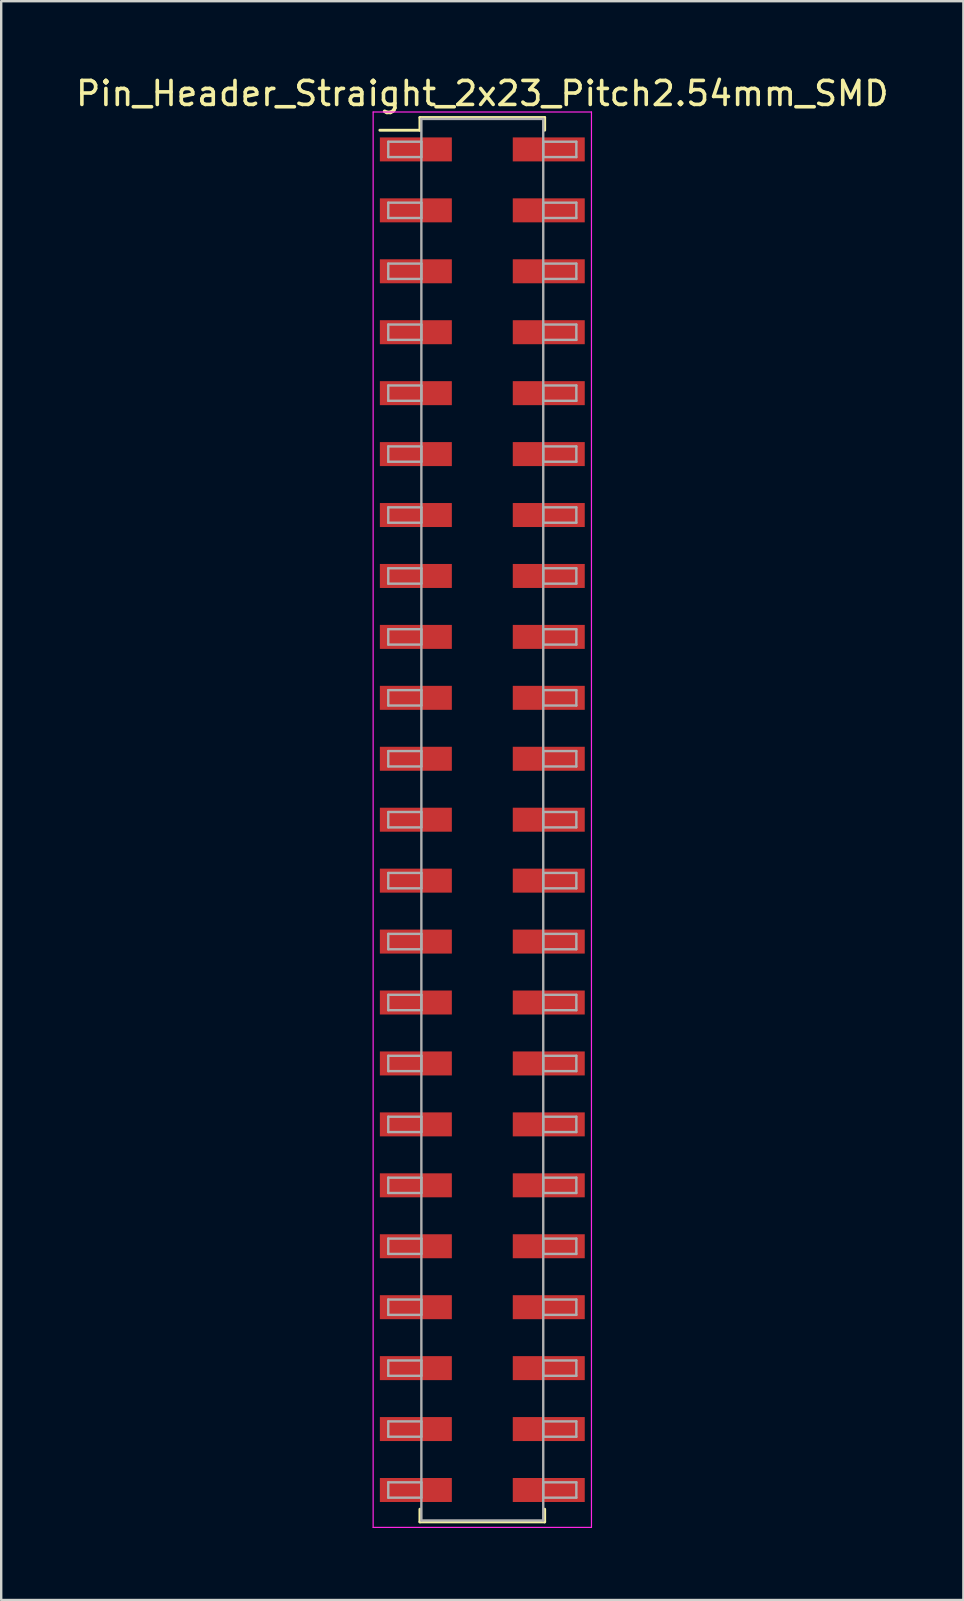
<source format=kicad_pcb>
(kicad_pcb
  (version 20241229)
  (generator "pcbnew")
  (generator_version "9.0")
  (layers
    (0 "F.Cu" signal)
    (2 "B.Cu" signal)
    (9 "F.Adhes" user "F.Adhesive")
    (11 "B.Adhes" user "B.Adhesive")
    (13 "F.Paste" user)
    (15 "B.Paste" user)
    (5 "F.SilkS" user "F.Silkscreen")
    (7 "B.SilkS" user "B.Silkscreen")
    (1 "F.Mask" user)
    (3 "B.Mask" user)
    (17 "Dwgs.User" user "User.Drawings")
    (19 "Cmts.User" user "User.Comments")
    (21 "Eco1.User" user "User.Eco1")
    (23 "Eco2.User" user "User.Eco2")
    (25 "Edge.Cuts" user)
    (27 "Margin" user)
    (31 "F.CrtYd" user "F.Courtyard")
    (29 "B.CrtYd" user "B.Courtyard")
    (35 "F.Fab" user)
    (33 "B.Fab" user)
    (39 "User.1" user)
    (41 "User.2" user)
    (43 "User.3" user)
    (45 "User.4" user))
  (footprint "Pin_Header_Straight_2x23_Pitch2.54mm_SMD"
    (layer "F.Cu")
    (at 17.054 31.118)
    (property "Reference" "Pin_Header_Straight_2x23_Pitch2.54mm_SMD" (at 0 -30.27 0) (layer "F.SilkS") (effects (font (size 1 1) (thickness 0.15))))
    (attr smd)
    (fp_line (start -4.27 -28.74) (end -2.6 -28.74) (stroke (width 0.12) (type solid)) (layer "F.SilkS"))
    (fp_line (start -2.6 -29.27) (end 2.6 -29.27) (stroke (width 0.12) (type solid)) (layer "F.SilkS"))
    (fp_line (start -2.6 -28.74) (end -2.6 -29.27) (stroke (width 0.12) (type solid)) (layer "F.SilkS"))
    (fp_line (start -2.6 28.74) (end -2.6 29.27) (stroke (width 0.12) (type solid)) (layer "F.SilkS"))
    (fp_line (start -2.6 29.27) (end 2.6 29.27) (stroke (width 0.12) (type solid)) (layer "F.SilkS"))
    (fp_line (start 2.6 -29.27) (end 2.6 -28.74) (stroke (width 0.12) (type solid)) (layer "F.SilkS"))
    (fp_line (start 2.6 29.27) (end 2.6 28.74) (stroke (width 0.12) (type solid)) (layer "F.SilkS"))
    (fp_line (start -4.55 -29.5) (end -4.55 29.5) (stroke (width 0.05) (type solid)) (layer "F.CrtYd"))
    (fp_line (start -4.55 29.5) (end 4.55 29.5) (stroke (width 0.05) (type solid)) (layer "F.CrtYd"))
    (fp_line (start 4.55 -29.5) (end -4.55 -29.5) (stroke (width 0.05) (type solid)) (layer "F.CrtYd"))
    (fp_line (start 4.55 29.5) (end 4.55 -29.5) (stroke (width 0.05) (type solid)) (layer "F.CrtYd"))
    (fp_line (start -3.92 -28.26) (end -2.54 -28.26) (stroke (width 0.1) (type solid)) (layer "F.Fab"))
    (fp_line (start -3.92 -27.62) (end -3.92 -28.26) (stroke (width 0.1) (type solid)) (layer "F.Fab"))
    (fp_line (start -3.92 -25.72) (end -2.54 -25.72) (stroke (width 0.1) (type solid)) (layer "F.Fab"))
    (fp_line (start -3.92 -25.08) (end -3.92 -25.72) (stroke (width 0.1) (type solid)) (layer "F.Fab"))
    (fp_line (start -3.92 -23.18) (end -2.54 -23.18) (stroke (width 0.1) (type solid)) (layer "F.Fab"))
    (fp_line (start -3.92 -22.54) (end -3.92 -23.18) (stroke (width 0.1) (type solid)) (layer "F.Fab"))
    (fp_line (start -3.92 -20.64) (end -2.54 -20.64) (stroke (width 0.1) (type solid)) (layer "F.Fab"))
    (fp_line (start -3.92 -20) (end -3.92 -20.64) (stroke (width 0.1) (type solid)) (layer "F.Fab"))
    (fp_line (start -3.92 -18.1) (end -2.54 -18.1) (stroke (width 0.1) (type solid)) (layer "F.Fab"))
    (fp_line (start -3.92 -17.46) (end -3.92 -18.1) (stroke (width 0.1) (type solid)) (layer "F.Fab"))
    (fp_line (start -3.92 -15.56) (end -2.54 -15.56) (stroke (width 0.1) (type solid)) (layer "F.Fab"))
    (fp_line (start -3.92 -14.92) (end -3.92 -15.56) (stroke (width 0.1) (type solid)) (layer "F.Fab"))
    (fp_line (start -3.92 -13.02) (end -2.54 -13.02) (stroke (width 0.1) (type solid)) (layer "F.Fab"))
    (fp_line (start -3.92 -12.38) (end -3.92 -13.02) (stroke (width 0.1) (type solid)) (layer "F.Fab"))
    (fp_line (start -3.92 -10.48) (end -2.54 -10.48) (stroke (width 0.1) (type solid)) (layer "F.Fab"))
    (fp_line (start -3.92 -9.84) (end -3.92 -10.48) (stroke (width 0.1) (type solid)) (layer "F.Fab"))
    (fp_line (start -3.92 -7.94) (end -2.54 -7.94) (stroke (width 0.1) (type solid)) (layer "F.Fab"))
    (fp_line (start -3.92 -7.3) (end -3.92 -7.94) (stroke (width 0.1) (type solid)) (layer "F.Fab"))
    (fp_line (start -3.92 -5.4) (end -2.54 -5.4) (stroke (width 0.1) (type solid)) (layer "F.Fab"))
    (fp_line (start -3.92 -4.76) (end -3.92 -5.4) (stroke (width 0.1) (type solid)) (layer "F.Fab"))
    (fp_line (start -3.92 -2.86) (end -2.54 -2.86) (stroke (width 0.1) (type solid)) (layer "F.Fab"))
    (fp_line (start -3.92 -2.22) (end -3.92 -2.86) (stroke (width 0.1) (type solid)) (layer "F.Fab"))
    (fp_line (start -3.92 -0.32) (end -2.54 -0.32) (stroke (width 0.1) (type solid)) (layer "F.Fab"))
    (fp_line (start -3.92 0.32) (end -3.92 -0.32) (stroke (width 0.1) (type solid)) (layer "F.Fab"))
    (fp_line (start -3.92 2.22) (end -2.54 2.22) (stroke (width 0.1) (type solid)) (layer "F.Fab"))
    (fp_line (start -3.92 2.86) (end -3.92 2.22) (stroke (width 0.1) (type solid)) (layer "F.Fab"))
    (fp_line (start -3.92 4.76) (end -2.54 4.76) (stroke (width 0.1) (type solid)) (layer "F.Fab"))
    (fp_line (start -3.92 5.4) (end -3.92 4.76) (stroke (width 0.1) (type solid)) (layer "F.Fab"))
    (fp_line (start -3.92 7.3) (end -2.54 7.3) (stroke (width 0.1) (type solid)) (layer "F.Fab"))
    (fp_line (start -3.92 7.94) (end -3.92 7.3) (stroke (width 0.1) (type solid)) (layer "F.Fab"))
    (fp_line (start -3.92 9.84) (end -2.54 9.84) (stroke (width 0.1) (type solid)) (layer "F.Fab"))
    (fp_line (start -3.92 10.48) (end -3.92 9.84) (stroke (width 0.1) (type solid)) (layer "F.Fab"))
    (fp_line (start -3.92 12.38) (end -2.54 12.38) (stroke (width 0.1) (type solid)) (layer "F.Fab"))
    (fp_line (start -3.92 13.02) (end -3.92 12.38) (stroke (width 0.1) (type solid)) (layer "F.Fab"))
    (fp_line (start -3.92 14.92) (end -2.54 14.92) (stroke (width 0.1) (type solid)) (layer "F.Fab"))
    (fp_line (start -3.92 15.56) (end -3.92 14.92) (stroke (width 0.1) (type solid)) (layer "F.Fab"))
    (fp_line (start -3.92 17.46) (end -2.54 17.46) (stroke (width 0.1) (type solid)) (layer "F.Fab"))
    (fp_line (start -3.92 18.1) (end -3.92 17.46) (stroke (width 0.1) (type solid)) (layer "F.Fab"))
    (fp_line (start -3.92 20) (end -2.54 20) (stroke (width 0.1) (type solid)) (layer "F.Fab"))
    (fp_line (start -3.92 20.64) (end -3.92 20) (stroke (width 0.1) (type solid)) (layer "F.Fab"))
    (fp_line (start -3.92 22.54) (end -2.54 22.54) (stroke (width 0.1) (type solid)) (layer "F.Fab"))
    (fp_line (start -3.92 23.18) (end -3.92 22.54) (stroke (width 0.1) (type solid)) (layer "F.Fab"))
    (fp_line (start -3.92 25.08) (end -2.54 25.08) (stroke (width 0.1) (type solid)) (layer "F.Fab"))
    (fp_line (start -3.92 25.72) (end -3.92 25.08) (stroke (width 0.1) (type solid)) (layer "F.Fab"))
    (fp_line (start -3.92 27.62) (end -2.54 27.62) (stroke (width 0.1) (type solid)) (layer "F.Fab"))
    (fp_line (start -3.92 28.26) (end -3.92 27.62) (stroke (width 0.1) (type solid)) (layer "F.Fab"))
    (fp_line (start -2.54 -29.21) (end -2.54 29.21) (stroke (width 0.1) (type solid)) (layer "F.Fab"))
    (fp_line (start -2.54 -28.26) (end -2.54 -27.62) (stroke (width 0.1) (type solid)) (layer "F.Fab"))
    (fp_line (start -2.54 -27.62) (end -3.92 -27.62) (stroke (width 0.1) (type solid)) (layer "F.Fab"))
    (fp_line (start -2.54 -25.72) (end -2.54 -25.08) (stroke (width 0.1) (type solid)) (layer "F.Fab"))
    (fp_line (start -2.54 -25.08) (end -3.92 -25.08) (stroke (width 0.1) (type solid)) (layer "F.Fab"))
    (fp_line (start -2.54 -23.18) (end -2.54 -22.54) (stroke (width 0.1) (type solid)) (layer "F.Fab"))
    (fp_line (start -2.54 -22.54) (end -3.92 -22.54) (stroke (width 0.1) (type solid)) (layer "F.Fab"))
    (fp_line (start -2.54 -20.64) (end -2.54 -20) (stroke (width 0.1) (type solid)) (layer "F.Fab"))
    (fp_line (start -2.54 -20) (end -3.92 -20) (stroke (width 0.1) (type solid)) (layer "F.Fab"))
    (fp_line (start -2.54 -18.1) (end -2.54 -17.46) (stroke (width 0.1) (type solid)) (layer "F.Fab"))
    (fp_line (start -2.54 -17.46) (end -3.92 -17.46) (stroke (width 0.1) (type solid)) (layer "F.Fab"))
    (fp_line (start -2.54 -15.56) (end -2.54 -14.92) (stroke (width 0.1) (type solid)) (layer "F.Fab"))
    (fp_line (start -2.54 -14.92) (end -3.92 -14.92) (stroke (width 0.1) (type solid)) (layer "F.Fab"))
    (fp_line (start -2.54 -13.02) (end -2.54 -12.38) (stroke (width 0.1) (type solid)) (layer "F.Fab"))
    (fp_line (start -2.54 -12.38) (end -3.92 -12.38) (stroke (width 0.1) (type solid)) (layer "F.Fab"))
    (fp_line (start -2.54 -10.48) (end -2.54 -9.84) (stroke (width 0.1) (type solid)) (layer "F.Fab"))
    (fp_line (start -2.54 -9.84) (end -3.92 -9.84) (stroke (width 0.1) (type solid)) (layer "F.Fab"))
    (fp_line (start -2.54 -7.94) (end -2.54 -7.3) (stroke (width 0.1) (type solid)) (layer "F.Fab"))
    (fp_line (start -2.54 -7.3) (end -3.92 -7.3) (stroke (width 0.1) (type solid)) (layer "F.Fab"))
    (fp_line (start -2.54 -5.4) (end -2.54 -4.76) (stroke (width 0.1) (type solid)) (layer "F.Fab"))
    (fp_line (start -2.54 -4.76) (end -3.92 -4.76) (stroke (width 0.1) (type solid)) (layer "F.Fab"))
    (fp_line (start -2.54 -2.86) (end -2.54 -2.22) (stroke (width 0.1) (type solid)) (layer "F.Fab"))
    (fp_line (start -2.54 -2.22) (end -3.92 -2.22) (stroke (width 0.1) (type solid)) (layer "F.Fab"))
    (fp_line (start -2.54 -0.32) (end -2.54 0.32) (stroke (width 0.1) (type solid)) (layer "F.Fab"))
    (fp_line (start -2.54 0.32) (end -3.92 0.32) (stroke (width 0.1) (type solid)) (layer "F.Fab"))
    (fp_line (start -2.54 2.22) (end -2.54 2.86) (stroke (width 0.1) (type solid)) (layer "F.Fab"))
    (fp_line (start -2.54 2.86) (end -3.92 2.86) (stroke (width 0.1) (type solid)) (layer "F.Fab"))
    (fp_line (start -2.54 4.76) (end -2.54 5.4) (stroke (width 0.1) (type solid)) (layer "F.Fab"))
    (fp_line (start -2.54 5.4) (end -3.92 5.4) (stroke (width 0.1) (type solid)) (layer "F.Fab"))
    (fp_line (start -2.54 7.3) (end -2.54 7.94) (stroke (width 0.1) (type solid)) (layer "F.Fab"))
    (fp_line (start -2.54 7.94) (end -3.92 7.94) (stroke (width 0.1) (type solid)) (layer "F.Fab"))
    (fp_line (start -2.54 9.84) (end -2.54 10.48) (stroke (width 0.1) (type solid)) (layer "F.Fab"))
    (fp_line (start -2.54 10.48) (end -3.92 10.48) (stroke (width 0.1) (type solid)) (layer "F.Fab"))
    (fp_line (start -2.54 12.38) (end -2.54 13.02) (stroke (width 0.1) (type solid)) (layer "F.Fab"))
    (fp_line (start -2.54 13.02) (end -3.92 13.02) (stroke (width 0.1) (type solid)) (layer "F.Fab"))
    (fp_line (start -2.54 14.92) (end -2.54 15.56) (stroke (width 0.1) (type solid)) (layer "F.Fab"))
    (fp_line (start -2.54 15.56) (end -3.92 15.56) (stroke (width 0.1) (type solid)) (layer "F.Fab"))
    (fp_line (start -2.54 17.46) (end -2.54 18.1) (stroke (width 0.1) (type solid)) (layer "F.Fab"))
    (fp_line (start -2.54 18.1) (end -3.92 18.1) (stroke (width 0.1) (type solid)) (layer "F.Fab"))
    (fp_line (start -2.54 20) (end -2.54 20.64) (stroke (width 0.1) (type solid)) (layer "F.Fab"))
    (fp_line (start -2.54 20.64) (end -3.92 20.64) (stroke (width 0.1) (type solid)) (layer "F.Fab"))
    (fp_line (start -2.54 22.54) (end -2.54 23.18) (stroke (width 0.1) (type solid)) (layer "F.Fab"))
    (fp_line (start -2.54 23.18) (end -3.92 23.18) (stroke (width 0.1) (type solid)) (layer "F.Fab"))
    (fp_line (start -2.54 25.08) (end -2.54 25.72) (stroke (width 0.1) (type solid)) (layer "F.Fab"))
    (fp_line (start -2.54 25.72) (end -3.92 25.72) (stroke (width 0.1) (type solid)) (layer "F.Fab"))
    (fp_line (start -2.54 27.62) (end -2.54 28.26) (stroke (width 0.1) (type solid)) (layer "F.Fab"))
    (fp_line (start -2.54 28.26) (end -3.92 28.26) (stroke (width 0.1) (type solid)) (layer "F.Fab"))
    (fp_line (start -2.54 29.21) (end 2.54 29.21) (stroke (width 0.1) (type solid)) (layer "F.Fab"))
    (fp_line (start 2.54 -29.21) (end -2.54 -29.21) (stroke (width 0.1) (type solid)) (layer "F.Fab"))
    (fp_line (start 2.54 -28.26) (end 2.54 -27.62) (stroke (width 0.1) (type solid)) (layer "F.Fab"))
    (fp_line (start 2.54 -27.62) (end 3.92 -27.62) (stroke (width 0.1) (type solid)) (layer "F.Fab"))
    (fp_line (start 2.54 -25.72) (end 2.54 -25.08) (stroke (width 0.1) (type solid)) (layer "F.Fab"))
    (fp_line (start 2.54 -25.08) (end 3.92 -25.08) (stroke (width 0.1) (type solid)) (layer "F.Fab"))
    (fp_line (start 2.54 -23.18) (end 2.54 -22.54) (stroke (width 0.1) (type solid)) (layer "F.Fab"))
    (fp_line (start 2.54 -22.54) (end 3.92 -22.54) (stroke (width 0.1) (type solid)) (layer "F.Fab"))
    (fp_line (start 2.54 -20.64) (end 2.54 -20) (stroke (width 0.1) (type solid)) (layer "F.Fab"))
    (fp_line (start 2.54 -20) (end 3.92 -20) (stroke (width 0.1) (type solid)) (layer "F.Fab"))
    (fp_line (start 2.54 -18.1) (end 2.54 -17.46) (stroke (width 0.1) (type solid)) (layer "F.Fab"))
    (fp_line (start 2.54 -17.46) (end 3.92 -17.46) (stroke (width 0.1) (type solid)) (layer "F.Fab"))
    (fp_line (start 2.54 -15.56) (end 2.54 -14.92) (stroke (width 0.1) (type solid)) (layer "F.Fab"))
    (fp_line (start 2.54 -14.92) (end 3.92 -14.92) (stroke (width 0.1) (type solid)) (layer "F.Fab"))
    (fp_line (start 2.54 -13.02) (end 2.54 -12.38) (stroke (width 0.1) (type solid)) (layer "F.Fab"))
    (fp_line (start 2.54 -12.38) (end 3.92 -12.38) (stroke (width 0.1) (type solid)) (layer "F.Fab"))
    (fp_line (start 2.54 -10.48) (end 2.54 -9.84) (stroke (width 0.1) (type solid)) (layer "F.Fab"))
    (fp_line (start 2.54 -9.84) (end 3.92 -9.84) (stroke (width 0.1) (type solid)) (layer "F.Fab"))
    (fp_line (start 2.54 -7.94) (end 2.54 -7.3) (stroke (width 0.1) (type solid)) (layer "F.Fab"))
    (fp_line (start 2.54 -7.3) (end 3.92 -7.3) (stroke (width 0.1) (type solid)) (layer "F.Fab"))
    (fp_line (start 2.54 -5.4) (end 2.54 -4.76) (stroke (width 0.1) (type solid)) (layer "F.Fab"))
    (fp_line (start 2.54 -4.76) (end 3.92 -4.76) (stroke (width 0.1) (type solid)) (layer "F.Fab"))
    (fp_line (start 2.54 -2.86) (end 2.54 -2.22) (stroke (width 0.1) (type solid)) (layer "F.Fab"))
    (fp_line (start 2.54 -2.22) (end 3.92 -2.22) (stroke (width 0.1) (type solid)) (layer "F.Fab"))
    (fp_line (start 2.54 -0.32) (end 2.54 0.32) (stroke (width 0.1) (type solid)) (layer "F.Fab"))
    (fp_line (start 2.54 0.32) (end 3.92 0.32) (stroke (width 0.1) (type solid)) (layer "F.Fab"))
    (fp_line (start 2.54 2.22) (end 2.54 2.86) (stroke (width 0.1) (type solid)) (layer "F.Fab"))
    (fp_line (start 2.54 2.86) (end 3.92 2.86) (stroke (width 0.1) (type solid)) (layer "F.Fab"))
    (fp_line (start 2.54 4.76) (end 2.54 5.4) (stroke (width 0.1) (type solid)) (layer "F.Fab"))
    (fp_line (start 2.54 5.4) (end 3.92 5.4) (stroke (width 0.1) (type solid)) (layer "F.Fab"))
    (fp_line (start 2.54 7.3) (end 2.54 7.94) (stroke (width 0.1) (type solid)) (layer "F.Fab"))
    (fp_line (start 2.54 7.94) (end 3.92 7.94) (stroke (width 0.1) (type solid)) (layer "F.Fab"))
    (fp_line (start 2.54 9.84) (end 2.54 10.48) (stroke (width 0.1) (type solid)) (layer "F.Fab"))
    (fp_line (start 2.54 10.48) (end 3.92 10.48) (stroke (width 0.1) (type solid)) (layer "F.Fab"))
    (fp_line (start 2.54 12.38) (end 2.54 13.02) (stroke (width 0.1) (type solid)) (layer "F.Fab"))
    (fp_line (start 2.54 13.02) (end 3.92 13.02) (stroke (width 0.1) (type solid)) (layer "F.Fab"))
    (fp_line (start 2.54 14.92) (end 2.54 15.56) (stroke (width 0.1) (type solid)) (layer "F.Fab"))
    (fp_line (start 2.54 15.56) (end 3.92 15.56) (stroke (width 0.1) (type solid)) (layer "F.Fab"))
    (fp_line (start 2.54 17.46) (end 2.54 18.1) (stroke (width 0.1) (type solid)) (layer "F.Fab"))
    (fp_line (start 2.54 18.1) (end 3.92 18.1) (stroke (width 0.1) (type solid)) (layer "F.Fab"))
    (fp_line (start 2.54 20) (end 2.54 20.64) (stroke (width 0.1) (type solid)) (layer "F.Fab"))
    (fp_line (start 2.54 20.64) (end 3.92 20.64) (stroke (width 0.1) (type solid)) (layer "F.Fab"))
    (fp_line (start 2.54 22.54) (end 2.54 23.18) (stroke (width 0.1) (type solid)) (layer "F.Fab"))
    (fp_line (start 2.54 23.18) (end 3.92 23.18) (stroke (width 0.1) (type solid)) (layer "F.Fab"))
    (fp_line (start 2.54 25.08) (end 2.54 25.72) (stroke (width 0.1) (type solid)) (layer "F.Fab"))
    (fp_line (start 2.54 25.72) (end 3.92 25.72) (stroke (width 0.1) (type solid)) (layer "F.Fab"))
    (fp_line (start 2.54 27.62) (end 2.54 28.26) (stroke (width 0.1) (type solid)) (layer "F.Fab"))
    (fp_line (start 2.54 28.26) (end 3.92 28.26) (stroke (width 0.1) (type solid)) (layer "F.Fab"))
    (fp_line (start 2.54 29.21) (end 2.54 -29.21) (stroke (width 0.1) (type solid)) (layer "F.Fab"))
    (fp_line (start 3.92 -28.26) (end 2.54 -28.26) (stroke (width 0.1) (type solid)) (layer "F.Fab"))
    (fp_line (start 3.92 -27.62) (end 3.92 -28.26) (stroke (width 0.1) (type solid)) (layer "F.Fab"))
    (fp_line (start 3.92 -25.72) (end 2.54 -25.72) (stroke (width 0.1) (type solid)) (layer "F.Fab"))
    (fp_line (start 3.92 -25.08) (end 3.92 -25.72) (stroke (width 0.1) (type solid)) (layer "F.Fab"))
    (fp_line (start 3.92 -23.18) (end 2.54 -23.18) (stroke (width 0.1) (type solid)) (layer "F.Fab"))
    (fp_line (start 3.92 -22.54) (end 3.92 -23.18) (stroke (width 0.1) (type solid)) (layer "F.Fab"))
    (fp_line (start 3.92 -20.64) (end 2.54 -20.64) (stroke (width 0.1) (type solid)) (layer "F.Fab"))
    (fp_line (start 3.92 -20) (end 3.92 -20.64) (stroke (width 0.1) (type solid)) (layer "F.Fab"))
    (fp_line (start 3.92 -18.1) (end 2.54 -18.1) (stroke (width 0.1) (type solid)) (layer "F.Fab"))
    (fp_line (start 3.92 -17.46) (end 3.92 -18.1) (stroke (width 0.1) (type solid)) (layer "F.Fab"))
    (fp_line (start 3.92 -15.56) (end 2.54 -15.56) (stroke (width 0.1) (type solid)) (layer "F.Fab"))
    (fp_line (start 3.92 -14.92) (end 3.92 -15.56) (stroke (width 0.1) (type solid)) (layer "F.Fab"))
    (fp_line (start 3.92 -13.02) (end 2.54 -13.02) (stroke (width 0.1) (type solid)) (layer "F.Fab"))
    (fp_line (start 3.92 -12.38) (end 3.92 -13.02) (stroke (width 0.1) (type solid)) (layer "F.Fab"))
    (fp_line (start 3.92 -10.48) (end 2.54 -10.48) (stroke (width 0.1) (type solid)) (layer "F.Fab"))
    (fp_line (start 3.92 -9.84) (end 3.92 -10.48) (stroke (width 0.1) (type solid)) (layer "F.Fab"))
    (fp_line (start 3.92 -7.94) (end 2.54 -7.94) (stroke (width 0.1) (type solid)) (layer "F.Fab"))
    (fp_line (start 3.92 -7.3) (end 3.92 -7.94) (stroke (width 0.1) (type solid)) (layer "F.Fab"))
    (fp_line (start 3.92 -5.4) (end 2.54 -5.4) (stroke (width 0.1) (type solid)) (layer "F.Fab"))
    (fp_line (start 3.92 -4.76) (end 3.92 -5.4) (stroke (width 0.1) (type solid)) (layer "F.Fab"))
    (fp_line (start 3.92 -2.86) (end 2.54 -2.86) (stroke (width 0.1) (type solid)) (layer "F.Fab"))
    (fp_line (start 3.92 -2.22) (end 3.92 -2.86) (stroke (width 0.1) (type solid)) (layer "F.Fab"))
    (fp_line (start 3.92 -0.32) (end 2.54 -0.32) (stroke (width 0.1) (type solid)) (layer "F.Fab"))
    (fp_line (start 3.92 0.32) (end 3.92 -0.32) (stroke (width 0.1) (type solid)) (layer "F.Fab"))
    (fp_line (start 3.92 2.22) (end 2.54 2.22) (stroke (width 0.1) (type solid)) (layer "F.Fab"))
    (fp_line (start 3.92 2.86) (end 3.92 2.22) (stroke (width 0.1) (type solid)) (layer "F.Fab"))
    (fp_line (start 3.92 4.76) (end 2.54 4.76) (stroke (width 0.1) (type solid)) (layer "F.Fab"))
    (fp_line (start 3.92 5.4) (end 3.92 4.76) (stroke (width 0.1) (type solid)) (layer "F.Fab"))
    (fp_line (start 3.92 7.3) (end 2.54 7.3) (stroke (width 0.1) (type solid)) (layer "F.Fab"))
    (fp_line (start 3.92 7.94) (end 3.92 7.3) (stroke (width 0.1) (type solid)) (layer "F.Fab"))
    (fp_line (start 3.92 9.84) (end 2.54 9.84) (stroke (width 0.1) (type solid)) (layer "F.Fab"))
    (fp_line (start 3.92 10.48) (end 3.92 9.84) (stroke (width 0.1) (type solid)) (layer "F.Fab"))
    (fp_line (start 3.92 12.38) (end 2.54 12.38) (stroke (width 0.1) (type solid)) (layer "F.Fab"))
    (fp_line (start 3.92 13.02) (end 3.92 12.38) (stroke (width 0.1) (type solid)) (layer "F.Fab"))
    (fp_line (start 3.92 14.92) (end 2.54 14.92) (stroke (width 0.1) (type solid)) (layer "F.Fab"))
    (fp_line (start 3.92 15.56) (end 3.92 14.92) (stroke (width 0.1) (type solid)) (layer "F.Fab"))
    (fp_line (start 3.92 17.46) (end 2.54 17.46) (stroke (width 0.1) (type solid)) (layer "F.Fab"))
    (fp_line (start 3.92 18.1) (end 3.92 17.46) (stroke (width 0.1) (type solid)) (layer "F.Fab"))
    (fp_line (start 3.92 20) (end 2.54 20) (stroke (width 0.1) (type solid)) (layer "F.Fab"))
    (fp_line (start 3.92 20.64) (end 3.92 20) (stroke (width 0.1) (type solid)) (layer "F.Fab"))
    (fp_line (start 3.92 22.54) (end 2.54 22.54) (stroke (width 0.1) (type solid)) (layer "F.Fab"))
    (fp_line (start 3.92 23.18) (end 3.92 22.54) (stroke (width 0.1) (type solid)) (layer "F.Fab"))
    (fp_line (start 3.92 25.08) (end 2.54 25.08) (stroke (width 0.1) (type solid)) (layer "F.Fab"))
    (fp_line (start 3.92 25.72) (end 3.92 25.08) (stroke (width 0.1) (type solid)) (layer "F.Fab"))
    (fp_line (start 3.92 27.62) (end 2.54 27.62) (stroke (width 0.1) (type solid)) (layer "F.Fab"))
    (fp_line (start 3.92 28.26) (end 3.92 27.62) (stroke (width 0.1) (type solid)) (layer "F.Fab"))
    (pad "1" smd rect (at -2.77 -27.94) (size 3 1) (layers "F.Cu" "F.Mask"))
    (pad "2" smd rect (at 2.77 -27.94) (size 3 1) (layers "F.Cu" "F.Mask"))
    (pad "3" smd rect (at -2.77 -25.4) (size 3 1) (layers "F.Cu" "F.Mask"))
    (pad "4" smd rect (at 2.77 -25.4) (size 3 1) (layers "F.Cu" "F.Mask"))
    (pad "5" smd rect (at -2.77 -22.86) (size 3 1) (layers "F.Cu" "F.Mask"))
    (pad "6" smd rect (at 2.77 -22.86) (size 3 1) (layers "F.Cu" "F.Mask"))
    (pad "7" smd rect (at -2.77 -20.32) (size 3 1) (layers "F.Cu" "F.Mask"))
    (pad "8" smd rect (at 2.77 -20.32) (size 3 1) (layers "F.Cu" "F.Mask"))
    (pad "9" smd rect (at -2.77 -17.78) (size 3 1) (layers "F.Cu" "F.Mask"))
    (pad "10" smd rect (at 2.77 -17.78) (size 3 1) (layers "F.Cu" "F.Mask"))
    (pad "11" smd rect (at -2.77 -15.24) (size 3 1) (layers "F.Cu" "F.Mask"))
    (pad "12" smd rect (at 2.77 -15.24) (size 3 1) (layers "F.Cu" "F.Mask"))
    (pad "13" smd rect (at -2.77 -12.7) (size 3 1) (layers "F.Cu" "F.Mask"))
    (pad "14" smd rect (at 2.77 -12.7) (size 3 1) (layers "F.Cu" "F.Mask"))
    (pad "15" smd rect (at -2.77 -10.16) (size 3 1) (layers "F.Cu" "F.Mask"))
    (pad "16" smd rect (at 2.77 -10.16) (size 3 1) (layers "F.Cu" "F.Mask"))
    (pad "17" smd rect (at -2.77 -7.62) (size 3 1) (layers "F.Cu" "F.Mask"))
    (pad "18" smd rect (at 2.77 -7.62) (size 3 1) (layers "F.Cu" "F.Mask"))
    (pad "19" smd rect (at -2.77 -5.08) (size 3 1) (layers "F.Cu" "F.Mask"))
    (pad "20" smd rect (at 2.77 -5.08) (size 3 1) (layers "F.Cu" "F.Mask"))
    (pad "21" smd rect (at -2.77 -2.54) (size 3 1) (layers "F.Cu" "F.Mask"))
    (pad "22" smd rect (at 2.77 -2.54) (size 3 1) (layers "F.Cu" "F.Mask"))
    (pad "23" smd rect (at -2.77 0) (size 3 1) (layers "F.Cu" "F.Mask"))
    (pad "24" smd rect (at 2.77 0) (size 3 1) (layers "F.Cu" "F.Mask"))
    (pad "25" smd rect (at -2.77 2.54) (size 3 1) (layers "F.Cu" "F.Mask"))
    (pad "26" smd rect (at 2.77 2.54) (size 3 1) (layers "F.Cu" "F.Mask"))
    (pad "27" smd rect (at -2.77 5.08) (size 3 1) (layers "F.Cu" "F.Mask"))
    (pad "28" smd rect (at 2.77 5.08) (size 3 1) (layers "F.Cu" "F.Mask"))
    (pad "29" smd rect (at -2.77 7.62) (size 3 1) (layers "F.Cu" "F.Mask"))
    (pad "30" smd rect (at 2.77 7.62) (size 3 1) (layers "F.Cu" "F.Mask"))
    (pad "31" smd rect (at -2.77 10.16) (size 3 1) (layers "F.Cu" "F.Mask"))
    (pad "32" smd rect (at 2.77 10.16) (size 3 1) (layers "F.Cu" "F.Mask"))
    (pad "33" smd rect (at -2.77 12.7) (size 3 1) (layers "F.Cu" "F.Mask"))
    (pad "34" smd rect (at 2.77 12.7) (size 3 1) (layers "F.Cu" "F.Mask"))
    (pad "35" smd rect (at -2.77 15.24) (size 3 1) (layers "F.Cu" "F.Mask"))
    (pad "36" smd rect (at 2.77 15.24) (size 3 1) (layers "F.Cu" "F.Mask"))
    (pad "37" smd rect (at -2.77 17.78) (size 3 1) (layers "F.Cu" "F.Mask"))
    (pad "38" smd rect (at 2.77 17.78) (size 3 1) (layers "F.Cu" "F.Mask"))
    (pad "39" smd rect (at -2.77 20.32) (size 3 1) (layers "F.Cu" "F.Mask"))
    (pad "40" smd rect (at 2.77 20.32) (size 3 1) (layers "F.Cu" "F.Mask"))
    (pad "41" smd rect (at -2.77 22.86) (size 3 1) (layers "F.Cu" "F.Mask"))
    (pad "42" smd rect (at 2.77 22.86) (size 3 1) (layers "F.Cu" "F.Mask"))
    (pad "43" smd rect (at -2.77 25.4) (size 3 1) (layers "F.Cu" "F.Mask"))
    (pad "44" smd rect (at 2.77 25.4) (size 3 1) (layers "F.Cu" "F.Mask"))
    (pad "45" smd rect (at -2.77 27.94) (size 3 1) (layers "F.Cu" "F.Mask"))
    (pad "46" smd rect (at 2.77 27.94) (size 3 1) (layers "F.Cu" "F.Mask")))
  (gr_rect
    (start -3 -3)
    (end 37.107 63.643)
    (stroke (width 0.1) (type default))
    (fill no)
    (layer "Edge.Cuts")))
</source>
